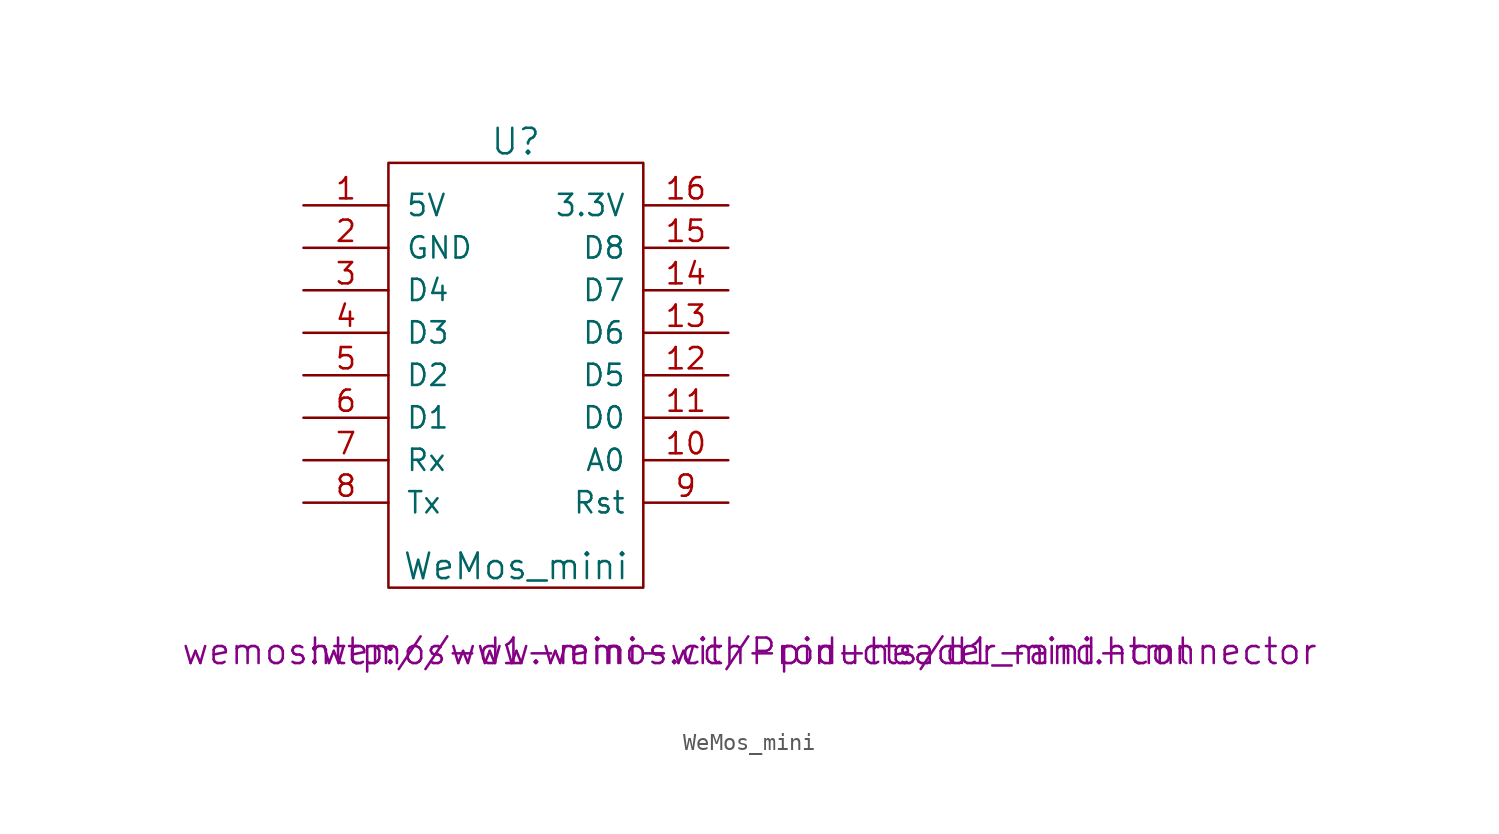
<source format=kicad_sym>
(kicad_symbol_lib
  (version 20211014)
  (generator kicad_symbol_editor)
  (symbol "WeMos_mini"
    (pin_names
      (offset 1.016))
    (property "Reference" "U"
      (at 0 12.7 0)
      (effects (font (size 1.524 1.524))))
    (property "Value" "WeMos_mini"
      (at 0 -12.7 0)
      (effects (font (size 1.524 1.524))))
    (property "Footprint" "wemos:wemos-d1-mini-with-pin-header-and-connector"
      (at 13.97 -17.78 0)
      (effects (font (size 1.524 1.524))))
    (property "Datasheet" "http://www.wemos.cc/Products/d1_mini.html"
      (at 13.97 -17.78 0)
      (effects (font (size 1.524 1.524))))
    (symbol "WeMos_mini_0_1"
      (rectangle (start -7.62 11.43) (end 7.62 -13.97) (stroke (width 0) (type default) (color 0 0 0 0)) (fill (type none))))
    (symbol "WeMos_mini_1_1"
      (pin power_in line (at -12.7 8.89 0) (length 5.08) (name "5V" (effects (font (size 1.27 1.27)))) (number "1" (effects (font (size 1.27 1.27)))))
      (pin bidirectional line (at 12.7 -6.35 180) (length 5.08) (name "A0" (effects (font (size 1.27 1.27)))) (number "10" (effects (font (size 1.27 1.27)))))
      (pin bidirectional line (at 12.7 -3.81 180) (length 5.08) (name "D0" (effects (font (size 1.27 1.27)))) (number "11" (effects (font (size 1.27 1.27)))))
      (pin bidirectional line (at 12.7 -1.27 180) (length 5.08) (name "D5" (effects (font (size 1.27 1.27)))) (number "12" (effects (font (size 1.27 1.27)))))
      (pin bidirectional line (at 12.7 1.27 180) (length 5.08) (name "D6" (effects (font (size 1.27 1.27)))) (number "13" (effects (font (size 1.27 1.27)))))
      (pin bidirectional line (at 12.7 3.81 180) (length 5.08) (name "D7" (effects (font (size 1.27 1.27)))) (number "14" (effects (font (size 1.27 1.27)))))
      (pin bidirectional line (at 12.7 6.35 180) (length 5.08) (name "D8" (effects (font (size 1.27 1.27)))) (number "15" (effects (font (size 1.27 1.27)))))
      (pin power_out line (at 12.7 8.89 180) (length 5.08) (name "3.3V" (effects (font (size 1.27 1.27)))) (number "16" (effects (font (size 1.27 1.27)))))
      (pin power_in line (at -12.7 6.35 0) (length 5.08) (name "GND" (effects (font (size 1.27 1.27)))) (number "2" (effects (font (size 1.27 1.27)))))
      (pin bidirectional line (at -12.7 3.81 0) (length 5.08) (name "D4" (effects (font (size 1.27 1.27)))) (number "3" (effects (font (size 1.27 1.27)))))
      (pin bidirectional line (at -12.7 1.27 0) (length 5.08) (name "D3" (effects (font (size 1.27 1.27)))) (number "4" (effects (font (size 1.27 1.27)))))
      (pin bidirectional line (at -12.7 -1.27 0) (length 5.08) (name "D2" (effects (font (size 1.27 1.27)))) (number "5" (effects (font (size 1.27 1.27)))))
      (pin bidirectional line (at -12.7 -3.81 0) (length 5.08) (name "D1" (effects (font (size 1.27 1.27)))) (number "6" (effects (font (size 1.27 1.27)))))
      (pin bidirectional line (at -12.7 -6.35 0) (length 5.08) (name "Rx" (effects (font (size 1.27 1.27)))) (number "7" (effects (font (size 1.27 1.27)))))
      (pin bidirectional line (at -12.7 -8.89 0) (length 5.08) (name "Tx" (effects (font (size 1.27 1.27)))) (number "8" (effects (font (size 1.27 1.27)))))
      (pin bidirectional line (at 12.7 -8.89 180) (length 5.08) (name "Rst" (effects (font (size 1.27 1.27)))) (number "9" (effects (font (size 1.27 1.27))))))))
</source>
